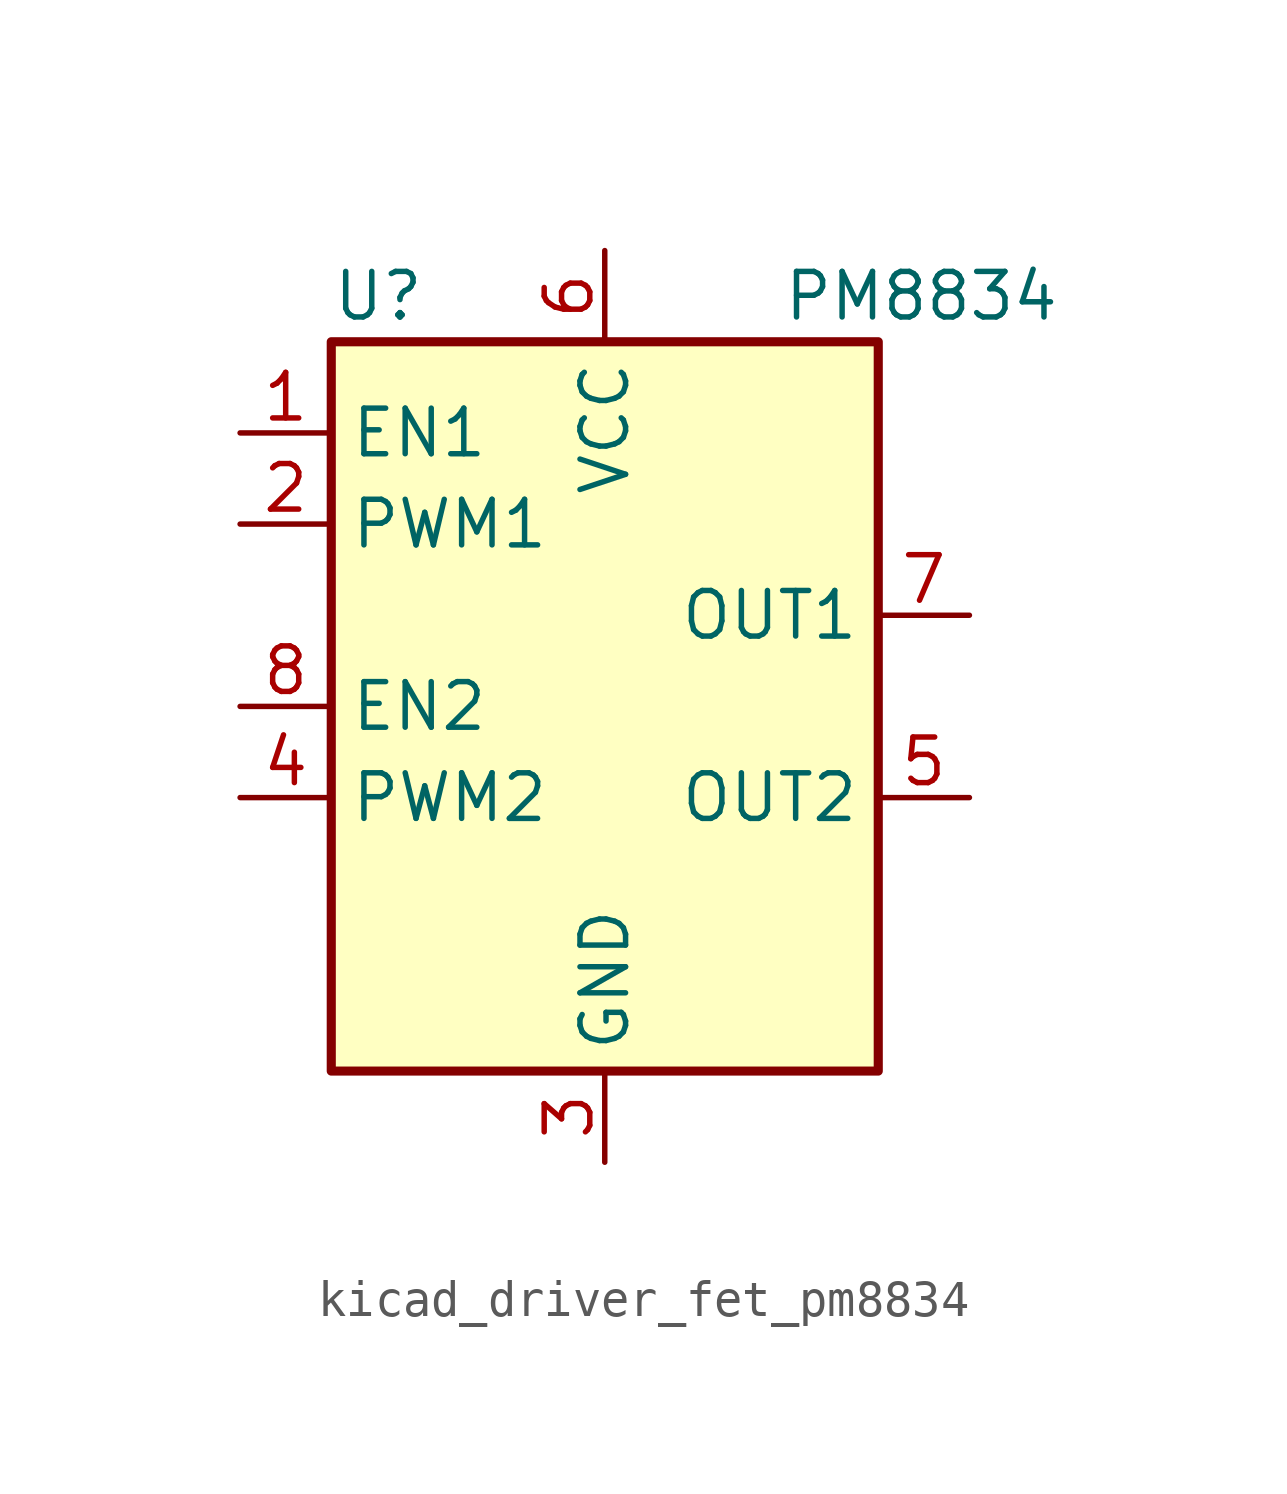
<source format=kicad_sym>
(kicad_symbol_lib
  (version 20220914)
  (generator kicad_symbol_editor)
  (symbol "kicad_driver_fet_pm8834"
    (property "Reference" "U"
      (at -7.62 11.43 0)
      (effects (font (size 1.27 1.27)) (justify left)))
    (property "Value" "PM8834"
      (at 12.7 11.43 0)
      (effects (font (size 1.27 1.27)) (justify right)))
    (symbol "kicad_driver_fet_pm8834_0_1"
      (rectangle (start -7.62 -10.16) (end 7.62 10.16) (stroke (width 0.254) (type default)) (fill (type background))))
    (symbol "kicad_driver_fet_pm8834_1_1"
      (pin input line (at -10.16 7.62 0) (length 2.54) (name "EN1" (effects (font (size 1.27 1.27)))) (number "1" (effects (font (size 1.27 1.27)))))
      (pin input line (at -10.16 5.08 0) (length 2.54) (name "PWM1" (effects (font (size 1.27 1.27)))) (number "2" (effects (font (size 1.27 1.27)))))
      (pin power_in line (at 0 -12.7 90) (length 2.54) (name "GND" (effects (font (size 1.27 1.27)))) (number "3" (effects (font (size 1.27 1.27)))))
      (pin input line (at -10.16 -2.54 0) (length 2.54) (name "PWM2" (effects (font (size 1.27 1.27)))) (number "4" (effects (font (size 1.27 1.27)))))
      (pin output line (at 10.16 -2.54 180) (length 2.54) (name "OUT2" (effects (font (size 1.27 1.27)))) (number "5" (effects (font (size 1.27 1.27)))))
      (pin power_in line (at 0 12.7 270) (length 2.54) (name "VCC" (effects (font (size 1.27 1.27)))) (number "6" (effects (font (size 1.27 1.27)))))
      (pin output line (at 10.16 2.54 180) (length 2.54) (name "OUT1" (effects (font (size 1.27 1.27)))) (number "7" (effects (font (size 1.27 1.27)))))
      (pin input line (at -10.16 0 0) (length 2.54) (name "EN2" (effects (font (size 1.27 1.27)))) (number "8" (effects (font (size 1.27 1.27))))))))
</source>
